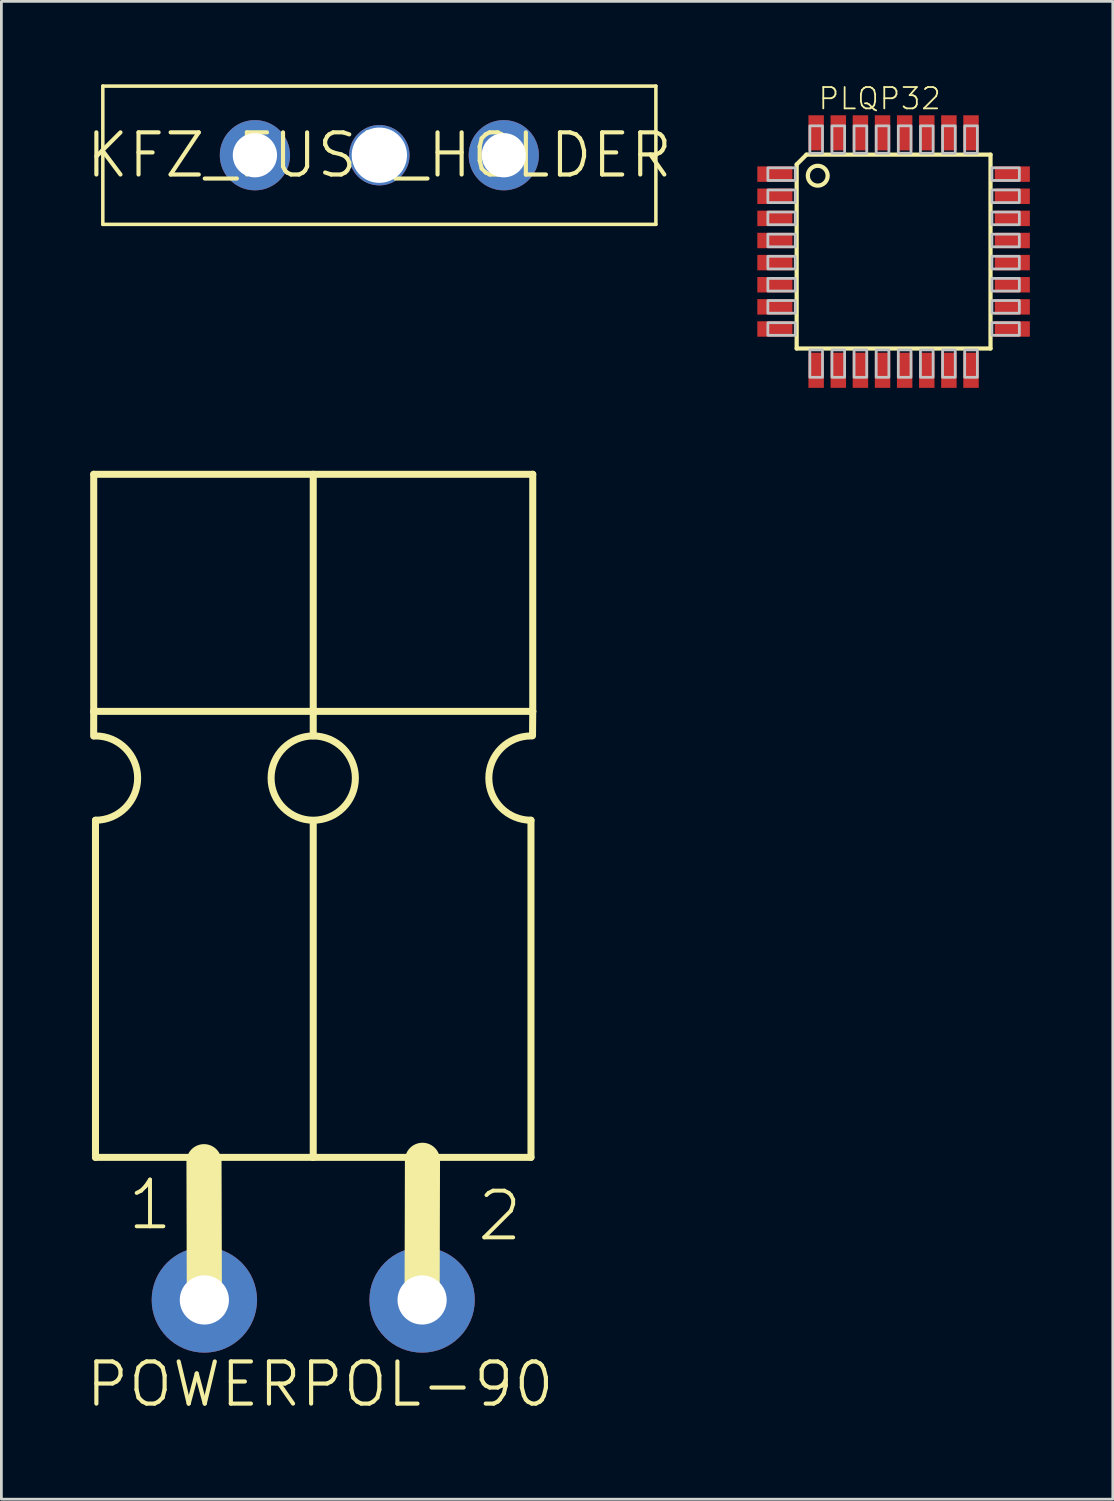
<source format=kicad_pcb>
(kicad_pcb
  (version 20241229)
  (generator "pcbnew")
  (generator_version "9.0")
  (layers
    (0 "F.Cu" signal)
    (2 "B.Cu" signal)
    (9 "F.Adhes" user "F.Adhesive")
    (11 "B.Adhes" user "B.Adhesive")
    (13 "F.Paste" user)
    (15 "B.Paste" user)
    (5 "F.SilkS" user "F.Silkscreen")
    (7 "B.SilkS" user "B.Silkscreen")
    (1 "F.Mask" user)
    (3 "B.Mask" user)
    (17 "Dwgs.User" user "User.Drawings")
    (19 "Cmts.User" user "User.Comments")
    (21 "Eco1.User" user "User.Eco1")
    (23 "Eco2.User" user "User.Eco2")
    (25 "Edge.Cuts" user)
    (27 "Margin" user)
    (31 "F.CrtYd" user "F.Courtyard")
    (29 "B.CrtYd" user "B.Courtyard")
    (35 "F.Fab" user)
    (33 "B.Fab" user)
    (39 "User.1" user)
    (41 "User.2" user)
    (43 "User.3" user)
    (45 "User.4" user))
  (footprint "PLQP32"
    (layer "F.Cu")
    (at 29.264 6.047)
    (property "Reference" "PLQP32" (at -2.769 -5.08 0) (layer "F.SilkS") (effects (font (size 0.772 0.772) (thickness 0.065)) (justify left bottom)))
    (attr through_hole)
    (fp_line (start -3.505 3.505) (end -3.505 -3.15) (stroke (width 0.152) (type solid)) (layer "F.SilkS"))
    (fp_line (start -3.15 -3.505) (end -3.505 -3.15) (stroke (width 0.152) (type solid)) (layer "F.SilkS"))
    (fp_line (start -3.15 -3.505) (end 3.505 -3.505) (stroke (width 0.152) (type solid)) (layer "F.SilkS"))
    (fp_line (start 3.505 -3.505) (end 3.505 3.505) (stroke (width 0.152) (type solid)) (layer "F.SilkS"))
    (fp_line (start 3.505 3.505) (end -3.505 3.505) (stroke (width 0.152) (type solid)) (layer "F.SilkS"))
    (fp_circle (center -2.743 -2.743) (end -2.384 -2.743) (stroke (width 0.152) (type solid)) (fill no) (layer "F.SilkS"))
    (fp_poly (pts (xy -4.547 -2.571) (xy -3.556 -2.571) (xy -3.556 -3.029) (xy -4.547 -3.029)) (stroke (width 0.1) (type solid)) (fill no) (layer "Dwgs.User"))
    (fp_poly (pts (xy -4.547 -1.771) (xy -3.556 -1.771) (xy -3.556 -2.229) (xy -4.547 -2.229)) (stroke (width 0.1) (type solid)) (fill no) (layer "Dwgs.User"))
    (fp_poly (pts (xy -4.547 -0.971) (xy -3.556 -0.971) (xy -3.556 -1.429) (xy -4.547 -1.429)) (stroke (width 0.1) (type solid)) (fill no) (layer "Dwgs.User"))
    (fp_poly (pts (xy -4.547 -0.171) (xy -3.556 -0.171) (xy -3.556 -0.629) (xy -4.547 -0.629)) (stroke (width 0.1) (type solid)) (fill no) (layer "Dwgs.User"))
    (fp_poly (pts (xy -4.547 0.629) (xy -3.556 0.629) (xy -3.556 0.171) (xy -4.547 0.171)) (stroke (width 0.1) (type solid)) (fill no) (layer "Dwgs.User"))
    (fp_poly (pts (xy -4.547 1.429) (xy -3.556 1.429) (xy -3.556 0.971) (xy -4.547 0.971)) (stroke (width 0.1) (type solid)) (fill no) (layer "Dwgs.User"))
    (fp_poly (pts (xy -4.547 2.229) (xy -3.556 2.229) (xy -3.556 1.771) (xy -4.547 1.771)) (stroke (width 0.1) (type solid)) (fill no) (layer "Dwgs.User"))
    (fp_poly (pts (xy -4.547 3.029) (xy -3.556 3.029) (xy -3.556 2.571) (xy -4.547 2.571)) (stroke (width 0.1) (type solid)) (fill no) (layer "Dwgs.User"))
    (fp_poly (pts (xy -3.029 -3.556) (xy -2.571 -3.556) (xy -2.571 -4.547) (xy -3.029 -4.547)) (stroke (width 0.1) (type solid)) (fill no) (layer "Dwgs.User"))
    (fp_poly (pts (xy -3.029 4.547) (xy -2.571 4.547) (xy -2.571 3.556) (xy -3.029 3.556)) (stroke (width 0.1) (type solid)) (fill no) (layer "Dwgs.User"))
    (fp_poly (pts (xy -2.229 -3.556) (xy -1.771 -3.556) (xy -1.771 -4.547) (xy -2.229 -4.547)) (stroke (width 0.1) (type solid)) (fill no) (layer "Dwgs.User"))
    (fp_poly (pts (xy -2.229 4.547) (xy -1.771 4.547) (xy -1.771 3.556) (xy -2.229 3.556)) (stroke (width 0.1) (type solid)) (fill no) (layer "Dwgs.User"))
    (fp_poly (pts (xy -1.429 -3.556) (xy -0.971 -3.556) (xy -0.971 -4.547) (xy -1.429 -4.547)) (stroke (width 0.1) (type solid)) (fill no) (layer "Dwgs.User"))
    (fp_poly (pts (xy -1.429 4.547) (xy -0.971 4.547) (xy -0.971 3.556) (xy -1.429 3.556)) (stroke (width 0.1) (type solid)) (fill no) (layer "Dwgs.User"))
    (fp_poly (pts (xy -0.629 -3.556) (xy -0.171 -3.556) (xy -0.171 -4.547) (xy -0.629 -4.547)) (stroke (width 0.1) (type solid)) (fill no) (layer "Dwgs.User"))
    (fp_poly (pts (xy -0.629 4.547) (xy -0.171 4.547) (xy -0.171 3.556) (xy -0.629 3.556)) (stroke (width 0.1) (type solid)) (fill no) (layer "Dwgs.User"))
    (fp_poly (pts (xy 0.171 -3.556) (xy 0.629 -3.556) (xy 0.629 -4.547) (xy 0.171 -4.547)) (stroke (width 0.1) (type solid)) (fill no) (layer "Dwgs.User"))
    (fp_poly (pts (xy 0.171 4.547) (xy 0.629 4.547) (xy 0.629 3.556) (xy 0.171 3.556)) (stroke (width 0.1) (type solid)) (fill no) (layer "Dwgs.User"))
    (fp_poly (pts (xy 0.971 -3.556) (xy 1.429 -3.556) (xy 1.429 -4.547) (xy 0.971 -4.547)) (stroke (width 0.1) (type solid)) (fill no) (layer "Dwgs.User"))
    (fp_poly (pts (xy 0.971 4.547) (xy 1.429 4.547) (xy 1.429 3.556) (xy 0.971 3.556)) (stroke (width 0.1) (type solid)) (fill no) (layer "Dwgs.User"))
    (fp_poly (pts (xy 1.771 -3.556) (xy 2.229 -3.556) (xy 2.229 -4.547) (xy 1.771 -4.547)) (stroke (width 0.1) (type solid)) (fill no) (layer "Dwgs.User"))
    (fp_poly (pts (xy 1.771 4.547) (xy 2.229 4.547) (xy 2.229 3.556) (xy 1.771 3.556)) (stroke (width 0.1) (type solid)) (fill no) (layer "Dwgs.User"))
    (fp_poly (pts (xy 2.571 -3.556) (xy 3.029 -3.556) (xy 3.029 -4.547) (xy 2.571 -4.547)) (stroke (width 0.1) (type solid)) (fill no) (layer "Dwgs.User"))
    (fp_poly (pts (xy 2.571 4.547) (xy 3.029 4.547) (xy 3.029 3.556) (xy 2.571 3.556)) (stroke (width 0.1) (type solid)) (fill no) (layer "Dwgs.User"))
    (fp_poly (pts (xy 3.556 -2.571) (xy 4.547 -2.571) (xy 4.547 -3.029) (xy 3.556 -3.029)) (stroke (width 0.1) (type solid)) (fill no) (layer "Dwgs.User"))
    (fp_poly (pts (xy 3.556 -1.771) (xy 4.547 -1.771) (xy 4.547 -2.229) (xy 3.556 -2.229)) (stroke (width 0.1) (type solid)) (fill no) (layer "Dwgs.User"))
    (fp_poly (pts (xy 3.556 -0.971) (xy 4.547 -0.971) (xy 4.547 -1.429) (xy 3.556 -1.429)) (stroke (width 0.1) (type solid)) (fill no) (layer "Dwgs.User"))
    (fp_poly (pts (xy 3.556 -0.171) (xy 4.547 -0.171) (xy 4.547 -0.629) (xy 3.556 -0.629)) (stroke (width 0.1) (type solid)) (fill no) (layer "Dwgs.User"))
    (fp_poly (pts (xy 3.556 0.629) (xy 4.547 0.629) (xy 4.547 0.171) (xy 3.556 0.171)) (stroke (width 0.1) (type solid)) (fill no) (layer "Dwgs.User"))
    (fp_poly (pts (xy 3.556 1.429) (xy 4.547 1.429) (xy 4.547 0.971) (xy 3.556 0.971)) (stroke (width 0.1) (type solid)) (fill no) (layer "Dwgs.User"))
    (fp_poly (pts (xy 3.556 2.229) (xy 4.547 2.229) (xy 4.547 1.771) (xy 3.556 1.771)) (stroke (width 0.1) (type solid)) (fill no) (layer "Dwgs.User"))
    (fp_poly (pts (xy 3.556 3.029) (xy 4.547 3.029) (xy 4.547 2.571) (xy 3.556 2.571)) (stroke (width 0.1) (type solid)) (fill no) (layer "Dwgs.User"))
    (pad "1" smd rect (at -4.293 -2.8) (size 1.27 0.559) (layers "F.Cu" "F.Mask" "F.Paste"))
    (pad "2" smd rect (at -4.293 -2) (size 1.27 0.559) (layers "F.Cu" "F.Mask" "F.Paste"))
    (pad "3" smd rect (at -4.293 -1.2) (size 1.27 0.559) (layers "F.Cu" "F.Mask" "F.Paste"))
    (pad "4" smd rect (at -4.293 -0.4) (size 1.27 0.559) (layers "F.Cu" "F.Mask" "F.Paste"))
    (pad "5" smd rect (at -4.293 0.4) (size 1.27 0.559) (layers "F.Cu" "F.Mask" "F.Paste"))
    (pad "6" smd rect (at -4.293 1.2) (size 1.27 0.559) (layers "F.Cu" "F.Mask" "F.Paste"))
    (pad "7" smd rect (at -4.293 2) (size 1.27 0.559) (layers "F.Cu" "F.Mask" "F.Paste"))
    (pad "8" smd rect (at -4.293 2.8) (size 1.27 0.559) (layers "F.Cu" "F.Mask" "F.Paste"))
    (pad "9" smd rect (at -2.8 4.293) (size 0.559 1.27) (layers "F.Cu" "F.Mask" "F.Paste"))
    (pad "10" smd rect (at -2 4.293) (size 0.559 1.27) (layers "F.Cu" "F.Mask" "F.Paste"))
    (pad "11" smd rect (at -1.2 4.293) (size 0.559 1.27) (layers "F.Cu" "F.Mask" "F.Paste"))
    (pad "12" smd rect (at -0.4 4.293) (size 0.559 1.27) (layers "F.Cu" "F.Mask" "F.Paste"))
    (pad "13" smd rect (at 0.4 4.293) (size 0.559 1.27) (layers "F.Cu" "F.Mask" "F.Paste"))
    (pad "14" smd rect (at 1.2 4.293) (size 0.559 1.27) (layers "F.Cu" "F.Mask" "F.Paste"))
    (pad "15" smd rect (at 2 4.293) (size 0.559 1.27) (layers "F.Cu" "F.Mask" "F.Paste"))
    (pad "16" smd rect (at 2.8 4.293) (size 0.559 1.27) (layers "F.Cu" "F.Mask" "F.Paste"))
    (pad "17" smd rect (at 4.293 2.8) (size 1.27 0.559) (layers "F.Cu" "F.Mask" "F.Paste"))
    (pad "18" smd rect (at 4.293 2) (size 1.27 0.559) (layers "F.Cu" "F.Mask" "F.Paste"))
    (pad "19" smd rect (at 4.293 1.2) (size 1.27 0.559) (layers "F.Cu" "F.Mask" "F.Paste"))
    (pad "20" smd rect (at 4.293 0.4) (size 1.27 0.559) (layers "F.Cu" "F.Mask" "F.Paste"))
    (pad "21" smd rect (at 4.293 -0.4) (size 1.27 0.559) (layers "F.Cu" "F.Mask" "F.Paste"))
    (pad "22" smd rect (at 4.293 -1.2) (size 1.27 0.559) (layers "F.Cu" "F.Mask" "F.Paste"))
    (pad "23" smd rect (at 4.293 -2) (size 1.27 0.559) (layers "F.Cu" "F.Mask" "F.Paste"))
    (pad "24" smd rect (at 4.293 -2.8) (size 1.27 0.559) (layers "F.Cu" "F.Mask" "F.Paste"))
    (pad "25" smd rect (at 2.8 -4.293) (size 0.559 1.27) (layers "F.Cu" "F.Mask" "F.Paste"))
    (pad "26" smd rect (at 2 -4.293) (size 0.559 1.27) (layers "F.Cu" "F.Mask" "F.Paste"))
    (pad "27" smd rect (at 1.2 -4.293) (size 0.559 1.27) (layers "F.Cu" "F.Mask" "F.Paste"))
    (pad "28" smd rect (at 0.4 -4.293) (size 0.559 1.27) (layers "F.Cu" "F.Mask" "F.Paste"))
    (pad "29" smd rect (at -0.4 -4.293) (size 0.559 1.27) (layers "F.Cu" "F.Mask" "F.Paste"))
    (pad "30" smd rect (at -1.2 -4.293) (size 0.559 1.27) (layers "F.Cu" "F.Mask" "F.Paste"))
    (pad "31" smd rect (at -2 -4.293) (size 0.559 1.27) (layers "F.Cu" "F.Mask" "F.Paste"))
    (pad "32" smd rect (at -2.8 -4.293) (size 0.559 1.27) (layers "F.Cu" "F.Mask" "F.Paste")))
  (footprint "KFZ_FUSE_HOLDER"
    (layer "F.Cu")
    (at 10.668 2.563)
    (property "Reference" "KFZ_FUSE_HOLDER" (at 0 0 0) (layer "F.SilkS") (effects (font (size 1.524 1.524) (thickness 0.15))))
    (attr through_hole)
    (fp_line (start -10 -2.5) (end 10 -2.5) (stroke (width 0.127) (type solid)) (layer "F.SilkS"))
    (fp_line (start -10 2.5) (end -10 -2.5) (stroke (width 0.127) (type solid)) (layer "F.SilkS"))
    (fp_line (start 10 -2.5) (end 10 2.5) (stroke (width 0.127) (type solid)) (layer "F.SilkS"))
    (fp_line (start 10 2.5) (end -10 2.5) (stroke (width 0.127) (type solid)) (layer "F.SilkS"))
    (pad "P$1" thru_hole circle (at -4.5 0) (size 2.54 2.54) (drill 1.6) (layers "*.Cu" "*.Mask"))
    (pad "P$2" thru_hole circle (at 4.5 0) (size 2.54 2.54) (drill 1.6) (layers "*.Cu" "*.Mask"))
    (pad "P$3" thru_hole circle (at 0 0) (size 2.184 2.184) (drill 2) (layers "*.Cu" "*.Mask")))
  (footprint "POWERPOL-90"
    (layer "F.Cu")
    (at 8.277 43.959)
    (property "Reference" "POWERPOL-90" (at 0.25 3.05 0) (layer "F.SilkS") (effects (font (size 1.524 1.524) (thickness 0.15))))
    (attr through_hole)
    (fp_line (start -7.94 -20.39) (end -7.938 -21.285) (stroke (width 0.254) (type solid)) (layer "F.SilkS"))
    (fp_line (start -7.938 -29.858) (end 7.938 -29.858) (stroke (width 0.254) (type solid)) (layer "F.SilkS"))
    (fp_line (start -7.938 -21.285) (end -7.938 -29.858) (stroke (width 0.254) (type solid)) (layer "F.SilkS"))
    (fp_line (start -7.938 -21.285) (end 7.938 -21.285) (stroke (width 0.254) (type solid)) (layer "F.SilkS"))
    (fp_line (start -7.874 -17.348) (end -7.874 -5.156) (stroke (width 0.254) (type solid)) (layer "F.SilkS"))
    (fp_line (start -7.874 -5.156) (end -3.937 -5.156) (stroke (width 0.254) (type solid)) (layer "F.SilkS"))
    (fp_line (start -3.937 -5.156) (end 0 -5.156) (stroke (width 0.254) (type solid)) (layer "F.SilkS"))
    (fp_line (start -3.937 0) (end -3.95 -5) (stroke (width 1.27) (type solid)) (layer "F.SilkS"))
    (fp_line (start 0 -20.4) (end 0 -29.858) (stroke (width 0.254) (type solid)) (layer "F.SilkS"))
    (fp_line (start 0 -17.285) (end 0 -5.156) (stroke (width 0.254) (type solid)) (layer "F.SilkS"))
    (fp_line (start 0 -5.156) (end 3.937 -5.156) (stroke (width 0.254) (type solid)) (layer "F.SilkS"))
    (fp_line (start 3.937 -5.156) (end 7.874 -5.156) (stroke (width 0.254) (type solid)) (layer "F.SilkS"))
    (fp_line (start 3.937 0) (end 3.95 -5.05) (stroke (width 1.27) (type solid)) (layer "F.SilkS"))
    (fp_line (start 7.874 -5.156) (end 7.874 -17.348) (stroke (width 0.254) (type solid)) (layer "F.SilkS"))
    (fp_line (start 7.938 -29.858) (end 7.938 -21.285) (stroke (width 0.254) (type solid)) (layer "F.SilkS"))
    (fp_line (start 7.938 -21.285) (end 7.93 -20.4) (stroke (width 0.254) (type solid)) (layer "F.SilkS"))
    (fp_arc (start -7.874 -20.396) (mid -6.35 -18.872) (end -7.874 -17.348) (stroke (width 0.254) (type solid)) (layer "F.SilkS"))
    (fp_arc (start 7.874 -17.348) (mid 6.35 -18.872) (end 7.874 -20.396) (stroke (width 0.254) (type solid)) (layer "F.SilkS"))
    (fp_circle (center 0 -18.872) (end 1.524 -18.872) (stroke (width 0.254) (type solid)) (fill no) (layer "F.SilkS"))
    (fp_text user "1" (at -6.8 -2.45 0) (layer "F.SilkS") (effects (font (size 1.689 1.689) (thickness 0.142)) (justify left bottom)))
    (fp_text user "2" (at 5.85 -2.05 0) (layer "F.SilkS") (effects (font (size 1.689 1.689) (thickness 0.142)) (justify left bottom)))
    (pad "1" thru_hole circle (at -3.937 0) (size 3.81 3.81) (drill 1.778) (layers "*.Cu" "*.Mask"))
    (pad "2" thru_hole circle (at 3.937 0) (size 3.81 3.81) (drill 1.778) (layers "*.Cu" "*.Mask")))
  (gr_rect
    (start -3 -3)
    (end 37.191 51.164)
    (stroke (width 0.1) (type default))
    (fill no)
    (layer "Edge.Cuts")))
</source>
